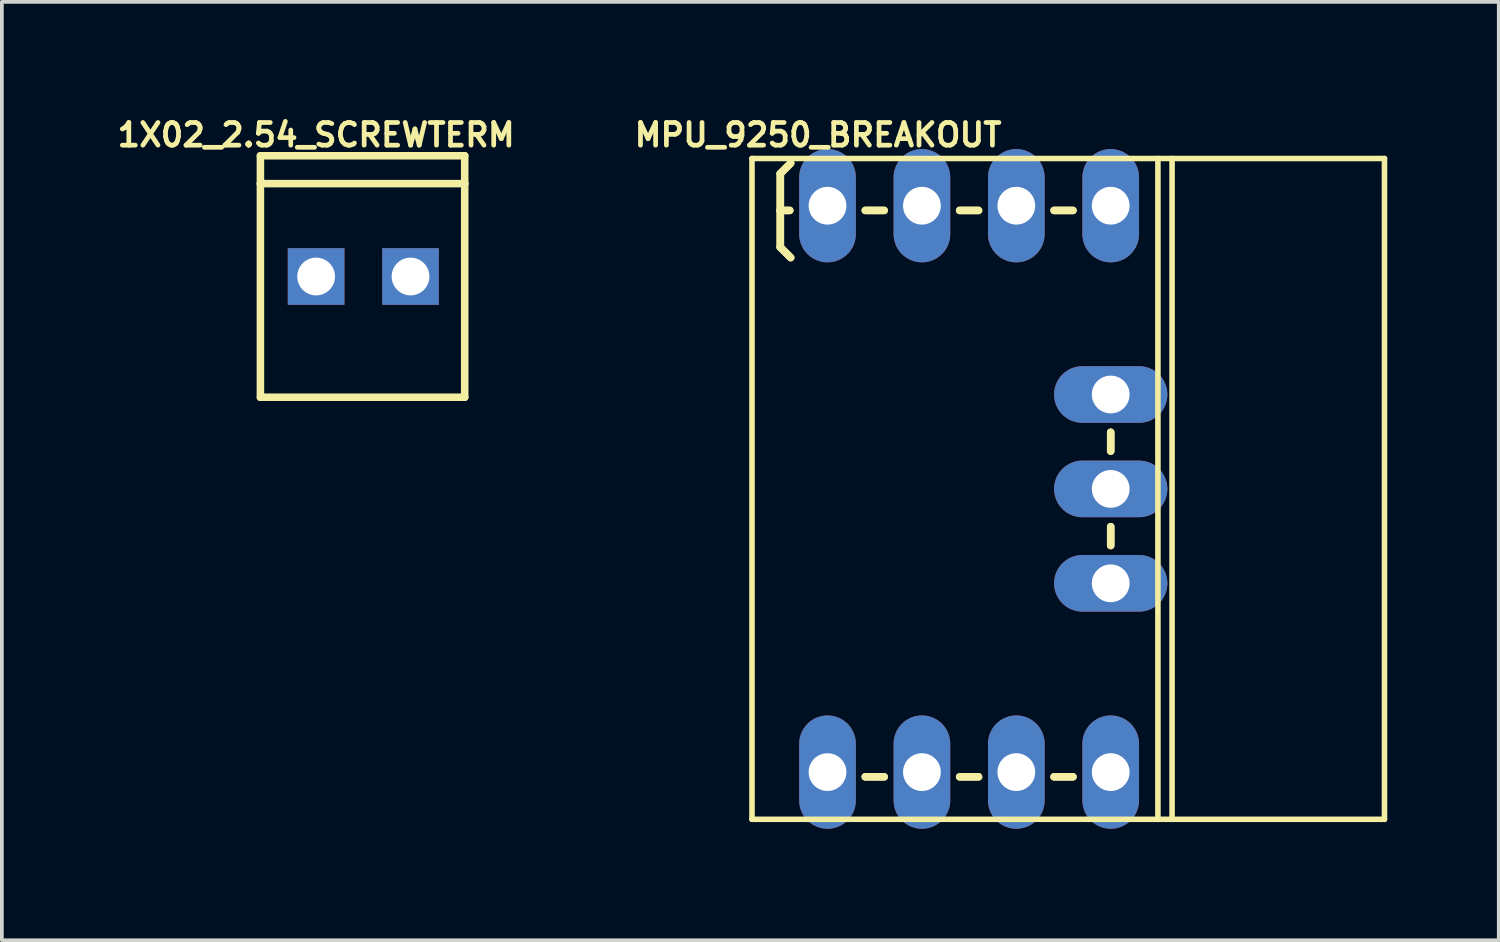
<source format=kicad_pcb>
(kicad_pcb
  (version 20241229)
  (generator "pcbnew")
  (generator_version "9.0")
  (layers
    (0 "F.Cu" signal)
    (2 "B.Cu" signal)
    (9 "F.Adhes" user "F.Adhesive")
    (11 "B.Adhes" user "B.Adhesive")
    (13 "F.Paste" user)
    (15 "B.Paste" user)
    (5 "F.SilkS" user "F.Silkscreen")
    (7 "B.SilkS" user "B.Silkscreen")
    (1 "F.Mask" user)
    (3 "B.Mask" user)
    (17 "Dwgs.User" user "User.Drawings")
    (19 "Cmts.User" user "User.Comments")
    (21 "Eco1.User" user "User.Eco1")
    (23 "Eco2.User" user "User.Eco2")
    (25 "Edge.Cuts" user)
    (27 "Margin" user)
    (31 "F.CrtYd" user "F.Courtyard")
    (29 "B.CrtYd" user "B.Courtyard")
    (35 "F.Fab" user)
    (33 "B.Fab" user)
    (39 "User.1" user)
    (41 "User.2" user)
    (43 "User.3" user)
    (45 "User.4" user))
  (footprint "1X02_2.54_SCREWTERM"
    (layer "F.Cu")
    (at 5.456 4.39)
    (property "Reference" "1X02_2.54_SCREWTERM" (at 0 -3.81 0) (layer "F.SilkS") (effects (font (size 0.61 0.61) (thickness 0.127))))
    (attr exclude_from_pos_files exclude_from_bom)
    (fp_line (start -1.499 -3.249) (end 3.998 -3.249) (stroke (width 0.203) (type solid)) (layer "F.SilkS"))
    (fp_line (start -1.499 -2.499) (end -1.499 -3.249) (stroke (width 0.203) (type solid)) (layer "F.SilkS"))
    (fp_line (start -1.499 -2.499) (end 3.998 -2.499) (stroke (width 0.203) (type solid)) (layer "F.SilkS"))
    (fp_line (start -1.499 3.249) (end -1.499 -2.499) (stroke (width 0.203) (type solid)) (layer "F.SilkS"))
    (fp_line (start 3.998 -3.249) (end 3.998 -2.499) (stroke (width 0.203) (type solid)) (layer "F.SilkS"))
    (fp_line (start 3.998 -2.499) (end 3.998 3.249) (stroke (width 0.203) (type solid)) (layer "F.SilkS"))
    (fp_line (start 3.998 3.249) (end -1.499 3.249) (stroke (width 0.203) (type solid)) (layer "F.SilkS"))
    (pad "P1" thru_hole rect (at 0 0) (size 1.524 1.524) (drill 1.016) (layers "*.Cu" "*.Mask"))
    (pad "P2" thru_hole rect (at 2.54 0) (size 1.524 1.524) (drill 1.016) (layers "*.Cu" "*.Mask")))
  (footprint "MPU_9250_BREAKOUT"
    (layer "F.Cu")
    (at 18.962 2.739)
    (property "Reference" "MPU_9250_BREAKOUT" (at 0 -2.159 0) (layer "F.SilkS") (effects (font (size 0.61 0.61) (thickness 0.127))))
    (attr exclude_from_pos_files exclude_from_bom)
    (fp_line (start -1.778 -1.524) (end -1.778 16.256) (stroke (width 0.15) (type solid)) (layer "F.SilkS"))
    (fp_line (start -1.778 16.256) (end 15.24 16.256) (stroke (width 0.15) (type solid)) (layer "F.SilkS"))
    (fp_line (start -1.016 -1.118) (end -0.737 -1.397) (stroke (width 0.203) (type solid)) (layer "F.SilkS"))
    (fp_line (start -1.016 -1.118) (end -0.737 -1.397) (stroke (width 0.203) (type solid)) (layer "F.SilkS"))
    (fp_line (start -1.016 -0.127) (end -1.016 -1.118) (stroke (width 0.203) (type solid)) (layer "F.SilkS"))
    (fp_line (start -1.016 -0.127) (end -1.016 -1.118) (stroke (width 0.203) (type solid)) (layer "F.SilkS"))
    (fp_line (start -1.016 -0.127) (end -1.016 0.864) (stroke (width 0.203) (type solid)) (layer "F.SilkS"))
    (fp_line (start -1.016 -0.127) (end -1.016 0.864) (stroke (width 0.203) (type solid)) (layer "F.SilkS"))
    (fp_line (start -1.016 -0.127) (end -0.762 -0.127) (stroke (width 0.203) (type solid)) (layer "F.SilkS"))
    (fp_line (start -1.016 -0.127) (end -0.762 -0.127) (stroke (width 0.203) (type solid)) (layer "F.SilkS"))
    (fp_line (start -1.016 0.864) (end -0.737 1.143) (stroke (width 0.203) (type solid)) (layer "F.SilkS"))
    (fp_line (start -1.016 0.864) (end -0.737 1.143) (stroke (width 0.203) (type solid)) (layer "F.SilkS"))
    (fp_line (start 1.778 -0.127) (end 1.27 -0.127) (stroke (width 0.203) (type solid)) (layer "F.SilkS"))
    (fp_line (start 1.778 -0.127) (end 1.27 -0.127) (stroke (width 0.203) (type solid)) (layer "F.SilkS"))
    (fp_line (start 1.778 15.113) (end 1.27 15.113) (stroke (width 0.203) (type solid)) (layer "F.SilkS"))
    (fp_line (start 1.778 15.113) (end 1.27 15.113) (stroke (width 0.203) (type solid)) (layer "F.SilkS"))
    (fp_line (start 4.318 -0.127) (end 3.81 -0.127) (stroke (width 0.203) (type solid)) (layer "F.SilkS"))
    (fp_line (start 4.318 -0.127) (end 3.81 -0.127) (stroke (width 0.203) (type solid)) (layer "F.SilkS"))
    (fp_line (start 4.318 15.113) (end 3.81 15.113) (stroke (width 0.203) (type solid)) (layer "F.SilkS"))
    (fp_line (start 4.318 15.113) (end 3.81 15.113) (stroke (width 0.203) (type solid)) (layer "F.SilkS"))
    (fp_line (start 6.858 -0.127) (end 6.35 -0.127) (stroke (width 0.203) (type solid)) (layer "F.SilkS"))
    (fp_line (start 6.858 -0.127) (end 6.35 -0.127) (stroke (width 0.203) (type solid)) (layer "F.SilkS"))
    (fp_line (start 6.858 15.113) (end 6.35 15.113) (stroke (width 0.203) (type solid)) (layer "F.SilkS"))
    (fp_line (start 6.858 15.113) (end 6.35 15.113) (stroke (width 0.203) (type solid)) (layer "F.SilkS"))
    (fp_line (start 7.874 5.842) (end 7.874 6.35) (stroke (width 0.203) (type solid)) (layer "F.SilkS"))
    (fp_line (start 7.874 5.842) (end 7.874 6.35) (stroke (width 0.203) (type solid)) (layer "F.SilkS"))
    (fp_line (start 7.874 8.382) (end 7.874 8.89) (stroke (width 0.203) (type solid)) (layer "F.SilkS"))
    (fp_line (start 7.874 8.382) (end 7.874 8.89) (stroke (width 0.203) (type solid)) (layer "F.SilkS"))
    (fp_line (start 9.144 -1.524) (end 9.144 16.256) (stroke (width 0.15) (type solid)) (layer "F.SilkS"))
    (fp_line (start 9.525 -1.524) (end 9.525 16.256) (stroke (width 0.15) (type solid)) (layer "F.SilkS"))
    (fp_line (start 15.24 -1.524) (end -1.778 -1.524) (stroke (width 0.15) (type solid)) (layer "F.SilkS"))
    (fp_line (start 15.24 16.256) (end 15.24 -1.524) (stroke (width 0.15) (type solid)) (layer "F.SilkS"))
    (pad "1" thru_hole oval (at 0.254 14.986 180) (size 1.524 3.048) (drill 1.016) (layers "*.Cu" "*.Mask"))
    (pad "7" thru_hole oval (at 7.874 9.906 270) (size 1.524 3.048) (drill 1.016) (layers "*.Cu" "*.Mask"))
    (pad "9" thru_hole oval (at 2.794 14.986 180) (size 1.524 3.048) (drill 1.016) (layers "*.Cu" "*.Mask"))
    (pad "11" thru_hole oval (at 7.874 7.366 270) (size 1.524 3.048) (drill 1.016) (layers "*.Cu" "*.Mask"))
    (pad "12" thru_hole oval (at 7.874 14.986 180) (size 1.524 3.048) (drill 1.016) (layers "*.Cu" "*.Mask"))
    (pad "13" thru_hole oval (at 5.334 -0.254 180) (size 1.524 3.048) (drill 1.016) (layers "*.Cu" "*.Mask"))
    (pad "18" thru_hole oval (at 7.874 -0.254 180) (size 1.524 3.048) (drill 1.016) (layers "*.Cu" "*.Mask"))
    (pad "21" thru_hole oval (at 7.874 4.826 270) (size 1.524 3.048) (drill 1.016) (layers "*.Cu" "*.Mask"))
    (pad "22" thru_hole oval (at 5.334 14.986 180) (size 1.524 3.048) (drill 1.016) (layers "*.Cu" "*.Mask"))
    (pad "23" thru_hole oval (at 0.254 -0.254 180) (size 1.524 3.048) (drill 1.016) (layers "*.Cu" "*.Mask"))
    (pad "24" thru_hole oval (at 2.794 -0.254 180) (size 1.524 3.048) (drill 1.016) (layers "*.Cu" "*.Mask")))
  (gr_rect
    (start -3 -3)
    (end 37.277 22.249)
    (stroke (width 0.1) (type default))
    (fill no)
    (layer "Edge.Cuts")))
</source>
